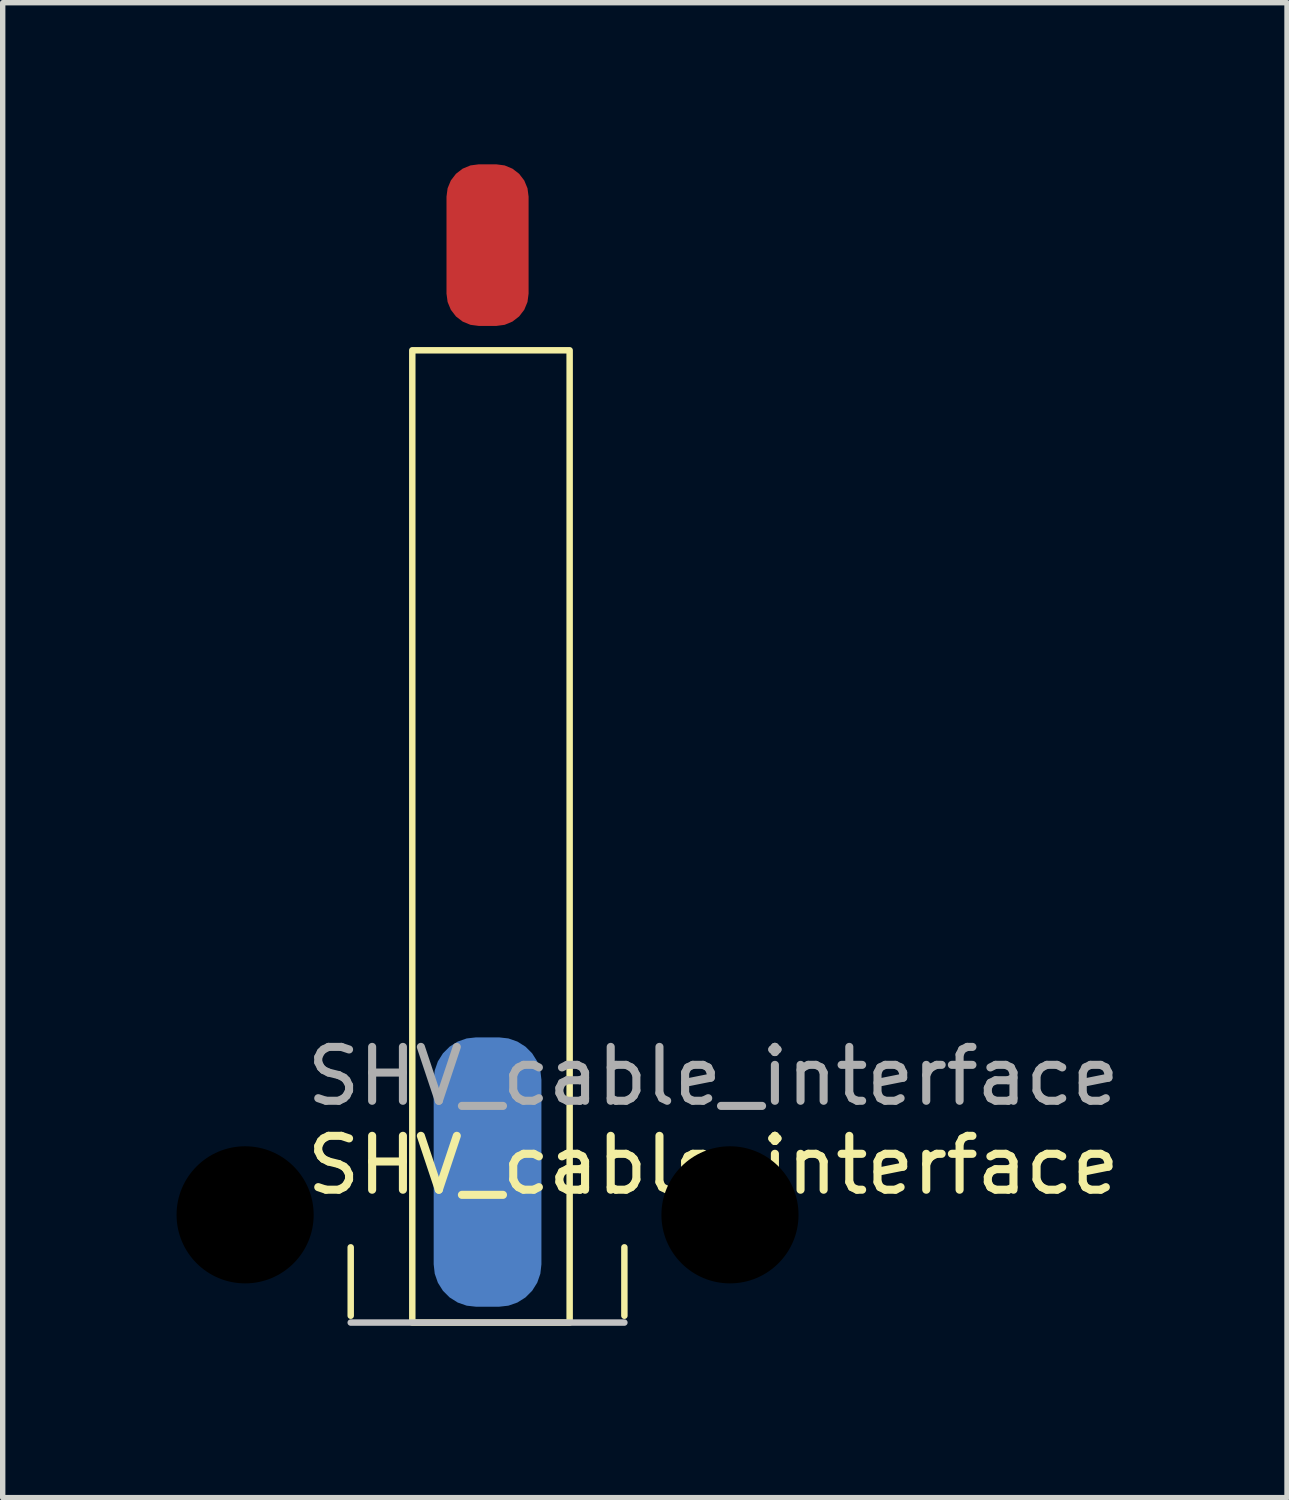
<source format=kicad_pcb>
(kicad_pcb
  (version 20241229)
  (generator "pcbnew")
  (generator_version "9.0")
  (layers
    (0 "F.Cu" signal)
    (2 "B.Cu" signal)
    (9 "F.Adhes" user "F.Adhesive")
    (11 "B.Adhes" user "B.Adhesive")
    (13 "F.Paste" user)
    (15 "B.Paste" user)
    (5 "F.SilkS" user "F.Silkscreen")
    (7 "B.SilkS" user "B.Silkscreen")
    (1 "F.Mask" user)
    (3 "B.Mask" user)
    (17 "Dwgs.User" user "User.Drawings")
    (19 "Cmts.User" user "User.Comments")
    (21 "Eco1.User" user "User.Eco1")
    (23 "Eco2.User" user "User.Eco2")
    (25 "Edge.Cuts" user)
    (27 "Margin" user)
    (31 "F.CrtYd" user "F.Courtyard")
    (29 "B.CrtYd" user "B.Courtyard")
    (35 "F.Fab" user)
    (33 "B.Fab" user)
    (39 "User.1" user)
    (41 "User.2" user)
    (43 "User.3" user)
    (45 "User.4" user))
  (footprint "SHV_cable_interface"
    (layer "F.Cu")
    (at 6 21.5)
    (property "Reference" "SHV_cable_interface" (at 4.191 -2.921 0) (unlocked yes) (layer "F.SilkS") (effects (font (size 1 1) (thickness 0.15))))
    (attr smd)
    (fp_line (start -2.54 -0.127) (end -2.54 -1.397) (stroke (width 0.12) (type solid)) (layer "F.SilkS"))
    (fp_line (start 2.54 -0.127) (end 2.54 -1.397) (stroke (width 0.12) (type solid)) (layer "F.SilkS"))
    (fp_rect (start -1.397 0) (end 1.524 -18.048) (stroke (width 0.12) (type solid)) (fill no) (layer "F.SilkS"))
    (fp_line (start -2.54 0) (end 2.54 0) (stroke (width 0.12) (type solid)) (layer "Dwgs.User"))
    (fp_text user "${REFERENCE}" (at 4.191 -4.572 0) (unlocked yes) (layer "F.Fab") (effects (font (size 1 1) (thickness 0.15))))
    (pad "" np_thru_hole circle (at -4.5 -2 90) (size 3 3) (drill 2.545) (layers "*.Mask"))
    (pad "" np_thru_hole circle (at 4.5 -2 90) (size 3 3) (drill 2.545) (layers "*.Mask"))
    (pad "1" smd roundrect (at 0 -20 90) (size 3 1.524) (layers "F.Cu" "F.Mask" "F.Paste") (roundrect_rratio 0.394))
    (pad "2" smd roundrect (at 0 -2.794 90) (size 5 2) (layers "B.Cu" "B.Mask" "B.Paste") (roundrect_rratio 0.394)))
  (gr_rect
    (start -3 -3)
    (end 20.84 24.75)
    (stroke (width 0.1) (type default))
    (fill no)
    (layer "Edge.Cuts")))
</source>
